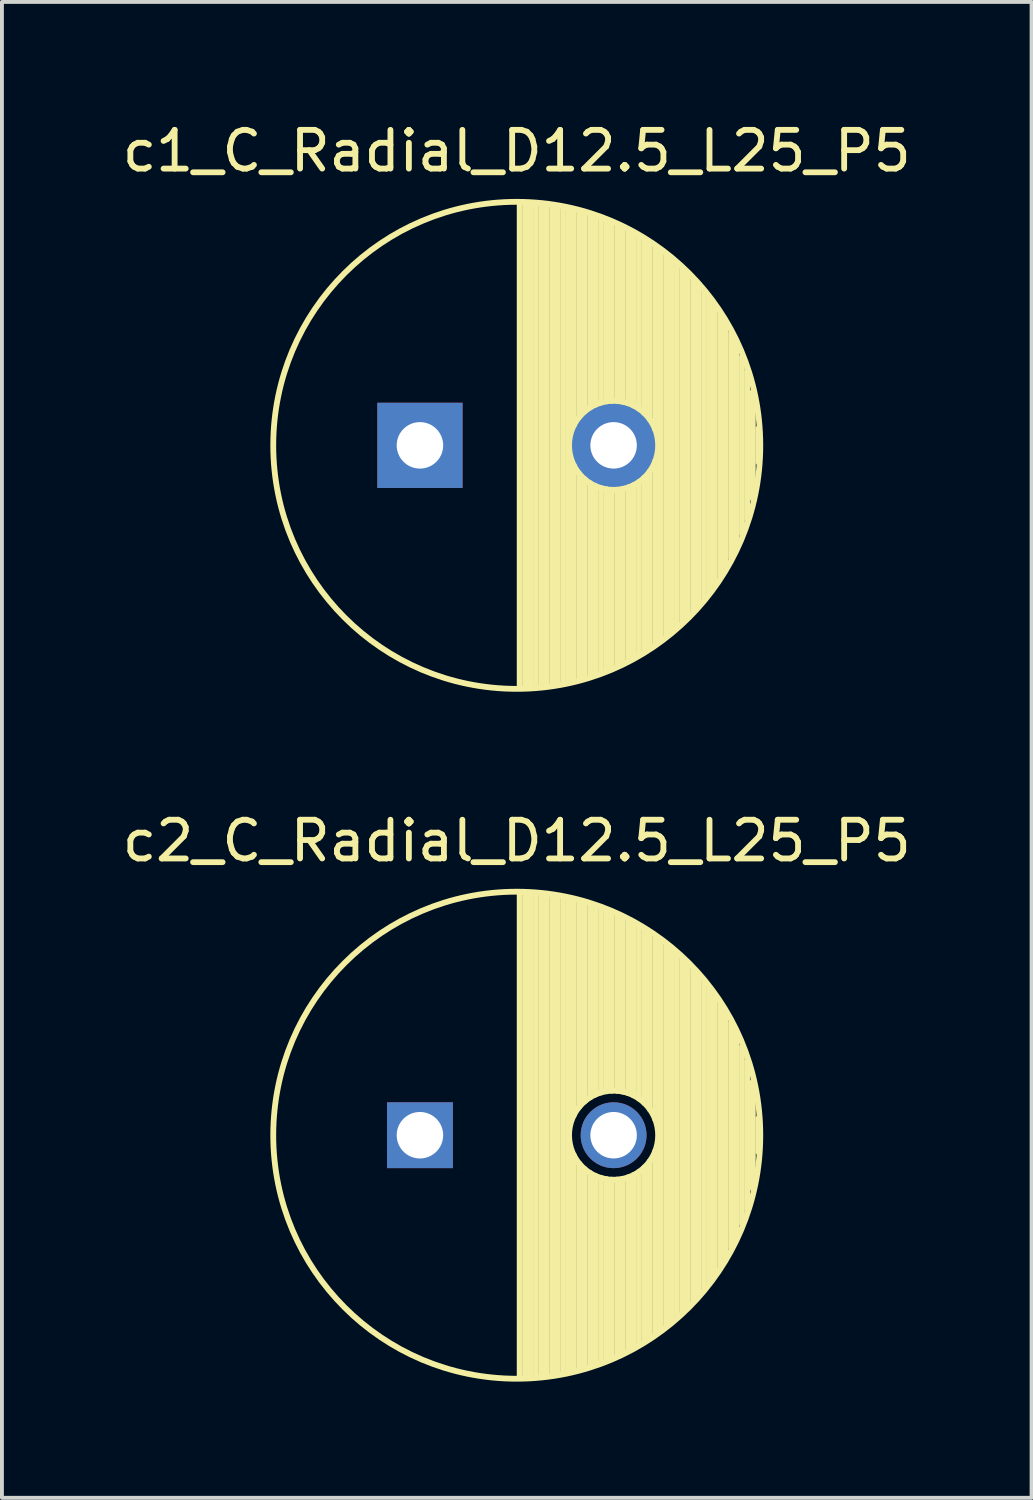
<source format=kicad_pcb>
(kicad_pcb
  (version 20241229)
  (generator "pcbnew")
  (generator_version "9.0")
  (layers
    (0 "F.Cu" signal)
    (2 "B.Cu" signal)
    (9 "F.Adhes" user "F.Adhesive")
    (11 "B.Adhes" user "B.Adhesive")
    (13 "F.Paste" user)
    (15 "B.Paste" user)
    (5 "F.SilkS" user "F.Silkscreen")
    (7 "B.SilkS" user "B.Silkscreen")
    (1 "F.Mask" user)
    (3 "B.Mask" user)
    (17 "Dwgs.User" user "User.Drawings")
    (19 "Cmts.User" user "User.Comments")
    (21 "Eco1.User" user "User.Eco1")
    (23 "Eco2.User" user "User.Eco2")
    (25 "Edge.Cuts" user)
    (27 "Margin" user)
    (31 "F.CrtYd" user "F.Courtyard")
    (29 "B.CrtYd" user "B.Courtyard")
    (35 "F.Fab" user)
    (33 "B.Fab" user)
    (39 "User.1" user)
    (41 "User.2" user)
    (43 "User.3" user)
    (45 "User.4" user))
  (footprint "c1_C_Radial_D12.5_L25_P5"
    (layer "F.Cu")
    (at 7.792 8.448)
    (property "Reference" "c1_C_Radial_D12.5_L25_P5" (at 2.5 -7.6 0) (layer "F.SilkS") (effects (font (size 1 1) (thickness 0.15))))
    (attr through_hole)
    (fp_line (start 2.575 -6.25) (end 2.575 6.25) (stroke (width 0.15) (type solid)) (layer "F.SilkS"))
    (fp_line (start 2.715 -6.246) (end 2.715 6.246) (stroke (width 0.15) (type solid)) (layer "F.SilkS"))
    (fp_line (start 2.855 -6.24) (end 2.855 6.24) (stroke (width 0.15) (type solid)) (layer "F.SilkS"))
    (fp_line (start 2.995 -6.23) (end 2.995 6.23) (stroke (width 0.15) (type solid)) (layer "F.SilkS"))
    (fp_line (start 3.135 -6.218) (end 3.135 6.218) (stroke (width 0.15) (type solid)) (layer "F.SilkS"))
    (fp_line (start 3.275 -6.202) (end 3.275 6.202) (stroke (width 0.15) (type solid)) (layer "F.SilkS"))
    (fp_line (start 3.415 -6.183) (end 3.415 6.183) (stroke (width 0.15) (type solid)) (layer "F.SilkS"))
    (fp_line (start 3.555 -6.16) (end 3.555 6.16) (stroke (width 0.15) (type solid)) (layer "F.SilkS"))
    (fp_line (start 3.695 -6.135) (end 3.695 6.135) (stroke (width 0.15) (type solid)) (layer "F.SilkS"))
    (fp_line (start 3.835 -6.106) (end 3.835 6.106) (stroke (width 0.15) (type solid)) (layer "F.SilkS"))
    (fp_line (start 3.975 -6.073) (end 3.975 -0.521) (stroke (width 0.15) (type solid)) (layer "F.SilkS"))
    (fp_line (start 3.975 0.521) (end 3.975 6.073) (stroke (width 0.15) (type solid)) (layer "F.SilkS"))
    (fp_line (start 4.115 -6.038) (end 4.115 -0.734) (stroke (width 0.15) (type solid)) (layer "F.SilkS"))
    (fp_line (start 4.115 0.734) (end 4.115 6.038) (stroke (width 0.15) (type solid)) (layer "F.SilkS"))
    (fp_line (start 4.255 -5.999) (end 4.255 -0.876) (stroke (width 0.15) (type solid)) (layer "F.SilkS"))
    (fp_line (start 4.255 0.876) (end 4.255 5.999) (stroke (width 0.15) (type solid)) (layer "F.SilkS"))
    (fp_line (start 4.395 -5.956) (end 4.395 -0.978) (stroke (width 0.15) (type solid)) (layer "F.SilkS"))
    (fp_line (start 4.395 0.978) (end 4.395 5.956) (stroke (width 0.15) (type solid)) (layer "F.SilkS"))
    (fp_line (start 4.535 -5.909) (end 4.535 -1.052) (stroke (width 0.15) (type solid)) (layer "F.SilkS"))
    (fp_line (start 4.535 1.052) (end 4.535 5.909) (stroke (width 0.15) (type solid)) (layer "F.SilkS"))
    (fp_line (start 4.675 -5.859) (end 4.675 -1.103) (stroke (width 0.15) (type solid)) (layer "F.SilkS"))
    (fp_line (start 4.675 1.103) (end 4.675 5.859) (stroke (width 0.15) (type solid)) (layer "F.SilkS"))
    (fp_line (start 4.815 -5.805) (end 4.815 -1.135) (stroke (width 0.15) (type solid)) (layer "F.SilkS"))
    (fp_line (start 4.815 1.135) (end 4.815 5.805) (stroke (width 0.15) (type solid)) (layer "F.SilkS"))
    (fp_line (start 4.955 -5.748) (end 4.955 -1.149) (stroke (width 0.15) (type solid)) (layer "F.SilkS"))
    (fp_line (start 4.955 1.149) (end 4.955 5.748) (stroke (width 0.15) (type solid)) (layer "F.SilkS"))
    (fp_line (start 5.095 -5.686) (end 5.095 -1.146) (stroke (width 0.15) (type solid)) (layer "F.SilkS"))
    (fp_line (start 5.095 1.146) (end 5.095 5.686) (stroke (width 0.15) (type solid)) (layer "F.SilkS"))
    (fp_line (start 5.235 -5.62) (end 5.235 -1.126) (stroke (width 0.15) (type solid)) (layer "F.SilkS"))
    (fp_line (start 5.235 1.126) (end 5.235 5.62) (stroke (width 0.15) (type solid)) (layer "F.SilkS"))
    (fp_line (start 5.375 -5.549) (end 5.375 -1.087) (stroke (width 0.15) (type solid)) (layer "F.SilkS"))
    (fp_line (start 5.375 1.087) (end 5.375 5.549) (stroke (width 0.15) (type solid)) (layer "F.SilkS"))
    (fp_line (start 5.515 -5.475) (end 5.515 -1.028) (stroke (width 0.15) (type solid)) (layer "F.SilkS"))
    (fp_line (start 5.515 1.028) (end 5.515 5.475) (stroke (width 0.15) (type solid)) (layer "F.SilkS"))
    (fp_line (start 5.655 -5.395) (end 5.655 -0.945) (stroke (width 0.15) (type solid)) (layer "F.SilkS"))
    (fp_line (start 5.655 0.945) (end 5.655 5.395) (stroke (width 0.15) (type solid)) (layer "F.SilkS"))
    (fp_line (start 5.795 -5.311) (end 5.795 -0.831) (stroke (width 0.15) (type solid)) (layer "F.SilkS"))
    (fp_line (start 5.795 0.831) (end 5.795 5.311) (stroke (width 0.15) (type solid)) (layer "F.SilkS"))
    (fp_line (start 5.935 -5.221) (end 5.935 -0.67) (stroke (width 0.15) (type solid)) (layer "F.SilkS"))
    (fp_line (start 5.935 0.67) (end 5.935 5.221) (stroke (width 0.15) (type solid)) (layer "F.SilkS"))
    (fp_line (start 6.075 -5.127) (end 6.075 -0.409) (stroke (width 0.15) (type solid)) (layer "F.SilkS"))
    (fp_line (start 6.075 0.409) (end 6.075 5.127) (stroke (width 0.15) (type solid)) (layer "F.SilkS"))
    (fp_line (start 6.215 -5.026) (end 6.215 5.026) (stroke (width 0.15) (type solid)) (layer "F.SilkS"))
    (fp_line (start 6.355 -4.919) (end 6.355 4.919) (stroke (width 0.15) (type solid)) (layer "F.SilkS"))
    (fp_line (start 6.495 -4.807) (end 6.495 4.807) (stroke (width 0.15) (type solid)) (layer "F.SilkS"))
    (fp_line (start 6.635 -4.687) (end 6.635 4.687) (stroke (width 0.15) (type solid)) (layer "F.SilkS"))
    (fp_line (start 6.775 -4.559) (end 6.775 4.559) (stroke (width 0.15) (type solid)) (layer "F.SilkS"))
    (fp_line (start 6.915 -4.424) (end 6.915 4.424) (stroke (width 0.15) (type solid)) (layer "F.SilkS"))
    (fp_line (start 7.055 -4.28) (end 7.055 4.28) (stroke (width 0.15) (type solid)) (layer "F.SilkS"))
    (fp_line (start 7.195 -4.125) (end 7.195 4.125) (stroke (width 0.15) (type solid)) (layer "F.SilkS"))
    (fp_line (start 7.335 -3.96) (end 7.335 3.96) (stroke (width 0.15) (type solid)) (layer "F.SilkS"))
    (fp_line (start 7.475 -3.783) (end 7.475 3.783) (stroke (width 0.15) (type solid)) (layer "F.SilkS"))
    (fp_line (start 7.615 -3.592) (end 7.615 3.592) (stroke (width 0.15) (type solid)) (layer "F.SilkS"))
    (fp_line (start 7.755 -3.383) (end 7.755 3.383) (stroke (width 0.15) (type solid)) (layer "F.SilkS"))
    (fp_line (start 7.895 -3.155) (end 7.895 3.155) (stroke (width 0.15) (type solid)) (layer "F.SilkS"))
    (fp_line (start 8.035 -2.903) (end 8.035 2.903) (stroke (width 0.15) (type solid)) (layer "F.SilkS"))
    (fp_line (start 8.175 -2.619) (end 8.175 2.619) (stroke (width 0.15) (type solid)) (layer "F.SilkS"))
    (fp_line (start 8.315 -2.291) (end 8.315 2.291) (stroke (width 0.15) (type solid)) (layer "F.SilkS"))
    (fp_line (start 8.455 -1.897) (end 8.455 1.897) (stroke (width 0.15) (type solid)) (layer "F.SilkS"))
    (fp_line (start 8.595 -1.383) (end 8.595 1.383) (stroke (width 0.15) (type solid)) (layer "F.SilkS"))
    (fp_line (start 8.735 -0.433) (end 8.735 0.433) (stroke (width 0.15) (type solid)) (layer "F.SilkS"))
    (fp_circle (center 2.5 0) (end 2.5 -6.287) (stroke (width 0.15) (type solid)) (fill no) (layer "F.SilkS"))
    (fp_circle (center 5 0) (end 5 -1.15) (stroke (width 0.15) (type solid)) (fill no) (layer "F.SilkS"))
    (pad "1" thru_hole rect (at 0 0) (size 2.2 2.2) (drill 1.2) (layers "*.Cu" "*.Mask"))
    (pad "2" thru_hole circle (at 5 0) (size 2.2 2.2) (drill 1.2) (layers "*.Cu" "*.Mask")))
  (footprint "c2_C_Radial_D12.5_L25_P5"
    (layer "F.Cu")
    (at 7.792 26.259)
    (property "Reference" "c2_C_Radial_D12.5_L25_P5" (at 2.5 -7.6 0) (layer "F.SilkS") (effects (font (size 1 1) (thickness 0.15))))
    (attr through_hole)
    (fp_line (start 2.575 -6.25) (end 2.575 6.25) (stroke (width 0.15) (type solid)) (layer "F.SilkS"))
    (fp_line (start 2.715 -6.246) (end 2.715 6.246) (stroke (width 0.15) (type solid)) (layer "F.SilkS"))
    (fp_line (start 2.855 -6.24) (end 2.855 6.24) (stroke (width 0.15) (type solid)) (layer "F.SilkS"))
    (fp_line (start 2.995 -6.23) (end 2.995 6.23) (stroke (width 0.15) (type solid)) (layer "F.SilkS"))
    (fp_line (start 3.135 -6.218) (end 3.135 6.218) (stroke (width 0.15) (type solid)) (layer "F.SilkS"))
    (fp_line (start 3.275 -6.202) (end 3.275 6.202) (stroke (width 0.15) (type solid)) (layer "F.SilkS"))
    (fp_line (start 3.415 -6.183) (end 3.415 6.183) (stroke (width 0.15) (type solid)) (layer "F.SilkS"))
    (fp_line (start 3.555 -6.16) (end 3.555 6.16) (stroke (width 0.15) (type solid)) (layer "F.SilkS"))
    (fp_line (start 3.695 -6.135) (end 3.695 6.135) (stroke (width 0.15) (type solid)) (layer "F.SilkS"))
    (fp_line (start 3.835 -6.106) (end 3.835 6.106) (stroke (width 0.15) (type solid)) (layer "F.SilkS"))
    (fp_line (start 3.975 -6.073) (end 3.975 -0.521) (stroke (width 0.15) (type solid)) (layer "F.SilkS"))
    (fp_line (start 3.975 0.521) (end 3.975 6.073) (stroke (width 0.15) (type solid)) (layer "F.SilkS"))
    (fp_line (start 4.115 -6.038) (end 4.115 -0.734) (stroke (width 0.15) (type solid)) (layer "F.SilkS"))
    (fp_line (start 4.115 0.734) (end 4.115 6.038) (stroke (width 0.15) (type solid)) (layer "F.SilkS"))
    (fp_line (start 4.255 -5.999) (end 4.255 -0.876) (stroke (width 0.15) (type solid)) (layer "F.SilkS"))
    (fp_line (start 4.255 0.876) (end 4.255 5.999) (stroke (width 0.15) (type solid)) (layer "F.SilkS"))
    (fp_line (start 4.395 -5.956) (end 4.395 -0.978) (stroke (width 0.15) (type solid)) (layer "F.SilkS"))
    (fp_line (start 4.395 0.978) (end 4.395 5.956) (stroke (width 0.15) (type solid)) (layer "F.SilkS"))
    (fp_line (start 4.535 -5.909) (end 4.535 -1.052) (stroke (width 0.15) (type solid)) (layer "F.SilkS"))
    (fp_line (start 4.535 1.052) (end 4.535 5.909) (stroke (width 0.15) (type solid)) (layer "F.SilkS"))
    (fp_line (start 4.675 -5.859) (end 4.675 -1.103) (stroke (width 0.15) (type solid)) (layer "F.SilkS"))
    (fp_line (start 4.675 1.103) (end 4.675 5.859) (stroke (width 0.15) (type solid)) (layer "F.SilkS"))
    (fp_line (start 4.815 -5.805) (end 4.815 -1.135) (stroke (width 0.15) (type solid)) (layer "F.SilkS"))
    (fp_line (start 4.815 1.135) (end 4.815 5.805) (stroke (width 0.15) (type solid)) (layer "F.SilkS"))
    (fp_line (start 4.955 -5.748) (end 4.955 -1.149) (stroke (width 0.15) (type solid)) (layer "F.SilkS"))
    (fp_line (start 4.955 1.149) (end 4.955 5.748) (stroke (width 0.15) (type solid)) (layer "F.SilkS"))
    (fp_line (start 5.095 -5.686) (end 5.095 -1.146) (stroke (width 0.15) (type solid)) (layer "F.SilkS"))
    (fp_line (start 5.095 1.146) (end 5.095 5.686) (stroke (width 0.15) (type solid)) (layer "F.SilkS"))
    (fp_line (start 5.235 -5.62) (end 5.235 -1.126) (stroke (width 0.15) (type solid)) (layer "F.SilkS"))
    (fp_line (start 5.235 1.126) (end 5.235 5.62) (stroke (width 0.15) (type solid)) (layer "F.SilkS"))
    (fp_line (start 5.375 -5.549) (end 5.375 -1.087) (stroke (width 0.15) (type solid)) (layer "F.SilkS"))
    (fp_line (start 5.375 1.087) (end 5.375 5.549) (stroke (width 0.15) (type solid)) (layer "F.SilkS"))
    (fp_line (start 5.515 -5.475) (end 5.515 -1.028) (stroke (width 0.15) (type solid)) (layer "F.SilkS"))
    (fp_line (start 5.515 1.028) (end 5.515 5.475) (stroke (width 0.15) (type solid)) (layer "F.SilkS"))
    (fp_line (start 5.655 -5.395) (end 5.655 -0.945) (stroke (width 0.15) (type solid)) (layer "F.SilkS"))
    (fp_line (start 5.655 0.945) (end 5.655 5.395) (stroke (width 0.15) (type solid)) (layer "F.SilkS"))
    (fp_line (start 5.795 -5.311) (end 5.795 -0.831) (stroke (width 0.15) (type solid)) (layer "F.SilkS"))
    (fp_line (start 5.795 0.831) (end 5.795 5.311) (stroke (width 0.15) (type solid)) (layer "F.SilkS"))
    (fp_line (start 5.935 -5.221) (end 5.935 -0.67) (stroke (width 0.15) (type solid)) (layer "F.SilkS"))
    (fp_line (start 5.935 0.67) (end 5.935 5.221) (stroke (width 0.15) (type solid)) (layer "F.SilkS"))
    (fp_line (start 6.075 -5.127) (end 6.075 -0.409) (stroke (width 0.15) (type solid)) (layer "F.SilkS"))
    (fp_line (start 6.075 0.409) (end 6.075 5.127) (stroke (width 0.15) (type solid)) (layer "F.SilkS"))
    (fp_line (start 6.215 -5.026) (end 6.215 5.026) (stroke (width 0.15) (type solid)) (layer "F.SilkS"))
    (fp_line (start 6.355 -4.919) (end 6.355 4.919) (stroke (width 0.15) (type solid)) (layer "F.SilkS"))
    (fp_line (start 6.495 -4.807) (end 6.495 4.807) (stroke (width 0.15) (type solid)) (layer "F.SilkS"))
    (fp_line (start 6.635 -4.687) (end 6.635 4.687) (stroke (width 0.15) (type solid)) (layer "F.SilkS"))
    (fp_line (start 6.775 -4.559) (end 6.775 4.559) (stroke (width 0.15) (type solid)) (layer "F.SilkS"))
    (fp_line (start 6.915 -4.424) (end 6.915 4.424) (stroke (width 0.15) (type solid)) (layer "F.SilkS"))
    (fp_line (start 7.055 -4.28) (end 7.055 4.28) (stroke (width 0.15) (type solid)) (layer "F.SilkS"))
    (fp_line (start 7.195 -4.125) (end 7.195 4.125) (stroke (width 0.15) (type solid)) (layer "F.SilkS"))
    (fp_line (start 7.335 -3.96) (end 7.335 3.96) (stroke (width 0.15) (type solid)) (layer "F.SilkS"))
    (fp_line (start 7.475 -3.783) (end 7.475 3.783) (stroke (width 0.15) (type solid)) (layer "F.SilkS"))
    (fp_line (start 7.615 -3.592) (end 7.615 3.592) (stroke (width 0.15) (type solid)) (layer "F.SilkS"))
    (fp_line (start 7.755 -3.383) (end 7.755 3.383) (stroke (width 0.15) (type solid)) (layer "F.SilkS"))
    (fp_line (start 7.895 -3.155) (end 7.895 3.155) (stroke (width 0.15) (type solid)) (layer "F.SilkS"))
    (fp_line (start 8.035 -2.903) (end 8.035 2.903) (stroke (width 0.15) (type solid)) (layer "F.SilkS"))
    (fp_line (start 8.175 -2.619) (end 8.175 2.619) (stroke (width 0.15) (type solid)) (layer "F.SilkS"))
    (fp_line (start 8.315 -2.291) (end 8.315 2.291) (stroke (width 0.15) (type solid)) (layer "F.SilkS"))
    (fp_line (start 8.455 -1.897) (end 8.455 1.897) (stroke (width 0.15) (type solid)) (layer "F.SilkS"))
    (fp_line (start 8.595 -1.383) (end 8.595 1.383) (stroke (width 0.15) (type solid)) (layer "F.SilkS"))
    (fp_line (start 8.735 -0.433) (end 8.735 0.433) (stroke (width 0.15) (type solid)) (layer "F.SilkS"))
    (fp_circle (center 2.5 0) (end 2.5 -6.287) (stroke (width 0.15) (type solid)) (fill no) (layer "F.SilkS"))
    (fp_circle (center 5 0) (end 5 -1.15) (stroke (width 0.15) (type solid)) (fill no) (layer "F.SilkS"))
    (pad "1" thru_hole rect (at 0 0) (size 1.7 1.7) (drill 1.2) (layers "*.Cu" "*.Mask"))
    (pad "2" thru_hole circle (at 5 0) (size 1.7 1.7) (drill 1.2) (layers "*.Cu" "*.Mask")))
  (gr_rect
    (start -3 -3)
    (end 23.583 35.621)
    (stroke (width 0.1) (type default))
    (fill no)
    (layer "Edge.Cuts")))
</source>
